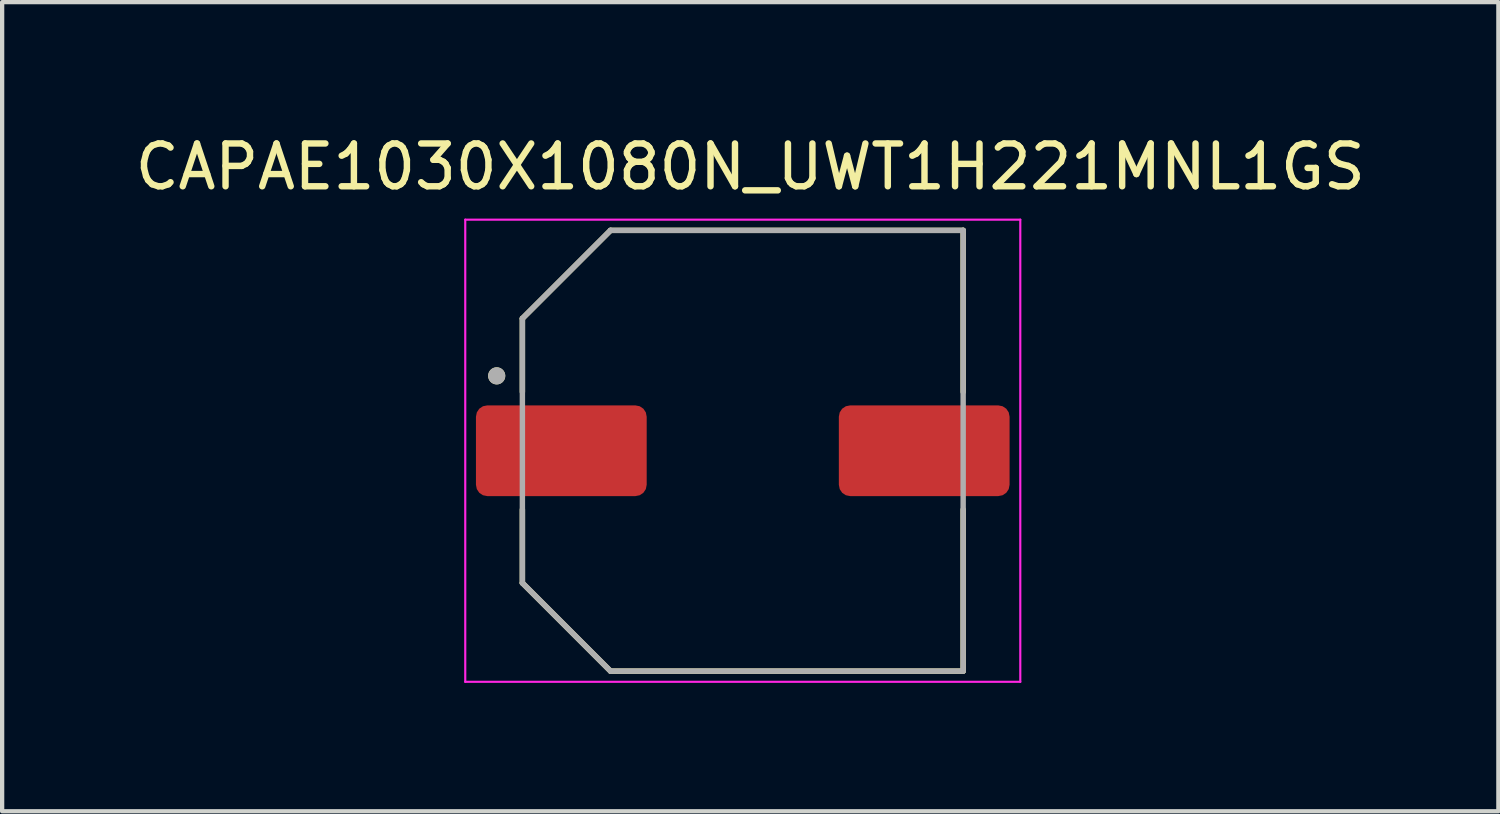
<source format=kicad_pcb>
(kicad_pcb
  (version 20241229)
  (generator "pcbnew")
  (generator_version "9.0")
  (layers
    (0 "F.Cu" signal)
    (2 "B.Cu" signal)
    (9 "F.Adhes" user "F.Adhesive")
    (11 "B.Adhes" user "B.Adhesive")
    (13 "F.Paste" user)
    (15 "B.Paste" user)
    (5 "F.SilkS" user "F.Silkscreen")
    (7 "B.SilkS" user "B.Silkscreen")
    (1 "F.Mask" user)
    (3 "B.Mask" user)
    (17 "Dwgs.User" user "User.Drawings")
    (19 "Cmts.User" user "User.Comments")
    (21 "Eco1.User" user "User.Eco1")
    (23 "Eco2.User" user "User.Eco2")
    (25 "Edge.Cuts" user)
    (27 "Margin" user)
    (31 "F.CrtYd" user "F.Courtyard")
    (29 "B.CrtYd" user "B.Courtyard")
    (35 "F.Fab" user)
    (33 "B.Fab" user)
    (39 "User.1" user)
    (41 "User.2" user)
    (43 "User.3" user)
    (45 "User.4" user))
  (footprint "CAPAE1030X1080N_UWT1H221MNL1GS"
    (layer "F.Cu")
    (at 14.307 7.483)
    (property "Reference" "CAPAE1030X1080N_UWT1H221MNL1GS" (at 0.175 -6.635 0) (layer "F.SilkS") (effects (font (size 1 1) (thickness 0.15))))
    (attr smd)
    (fp_line (start -5.15 -3.09) (end -5.15 -1.374) (stroke (width 0.127) (type solid)) (layer "F.SilkS"))
    (fp_line (start -5.15 -3.09) (end -3.09 -5.15) (stroke (width 0.127) (type solid)) (layer "F.SilkS"))
    (fp_line (start -5.15 3.09) (end -5.15 1.374) (stroke (width 0.127) (type solid)) (layer "F.SilkS"))
    (fp_line (start -3.09 -5.15) (end 5.15 -5.15) (stroke (width 0.127) (type solid)) (layer "F.SilkS"))
    (fp_line (start -3.09 5.15) (end -5.15 3.09) (stroke (width 0.127) (type solid)) (layer "F.SilkS"))
    (fp_line (start 5.15 -5.15) (end 5.15 -1.374) (stroke (width 0.127) (type solid)) (layer "F.SilkS"))
    (fp_line (start 5.15 1.374) (end 5.15 5.15) (stroke (width 0.127) (type solid)) (layer "F.SilkS"))
    (fp_line (start 5.15 5.15) (end -3.09 5.15) (stroke (width 0.127) (type solid)) (layer "F.SilkS"))
    (fp_circle (center -5.75 -1.75) (end -5.65 -1.75) (stroke (width 0.2) (type solid)) (fill no) (layer "F.SilkS"))
    (fp_line (start -6.485 -5.4) (end 6.485 -5.4) (stroke (width 0.05) (type solid)) (layer "F.CrtYd"))
    (fp_line (start -6.485 5.4) (end -6.485 -5.4) (stroke (width 0.05) (type solid)) (layer "F.CrtYd"))
    (fp_line (start 6.485 -5.4) (end 6.485 5.4) (stroke (width 0.05) (type solid)) (layer "F.CrtYd"))
    (fp_line (start 6.485 5.4) (end -6.485 5.4) (stroke (width 0.05) (type solid)) (layer "F.CrtYd"))
    (fp_line (start -5.15 -3.09) (end -3.09 -5.15) (stroke (width 0.127) (type solid)) (layer "F.Fab"))
    (fp_line (start -5.15 3.09) (end -5.15 -3.09) (stroke (width 0.127) (type solid)) (layer "F.Fab"))
    (fp_line (start -3.09 -5.15) (end 5.15 -5.15) (stroke (width 0.127) (type solid)) (layer "F.Fab"))
    (fp_line (start -3.09 5.15) (end -5.15 3.09) (stroke (width 0.127) (type solid)) (layer "F.Fab"))
    (fp_line (start 5.15 -5.15) (end 5.15 5.15) (stroke (width 0.127) (type solid)) (layer "F.Fab"))
    (fp_line (start 5.15 5.15) (end -3.09 5.15) (stroke (width 0.127) (type solid)) (layer "F.Fab"))
    (fp_circle (center -5.75 -1.75) (end -5.65 -1.75) (stroke (width 0.2) (type solid)) (fill no) (layer "F.Fab"))
    (pad "1" smd roundrect (at -4.24 0) (size 3.99 2.12) (layers "F.Cu" "F.Mask" "F.Paste") (roundrect_rratio 0.125))
    (pad "2" smd roundrect (at 4.24 0) (size 3.99 2.12) (layers "F.Cu" "F.Mask" "F.Paste") (roundrect_rratio 0.125)))
  (gr_rect
    (start -3 -3)
    (end 31.964 15.908)
    (stroke (width 0.1) (type default))
    (fill no)
    (layer "Edge.Cuts")))
</source>
